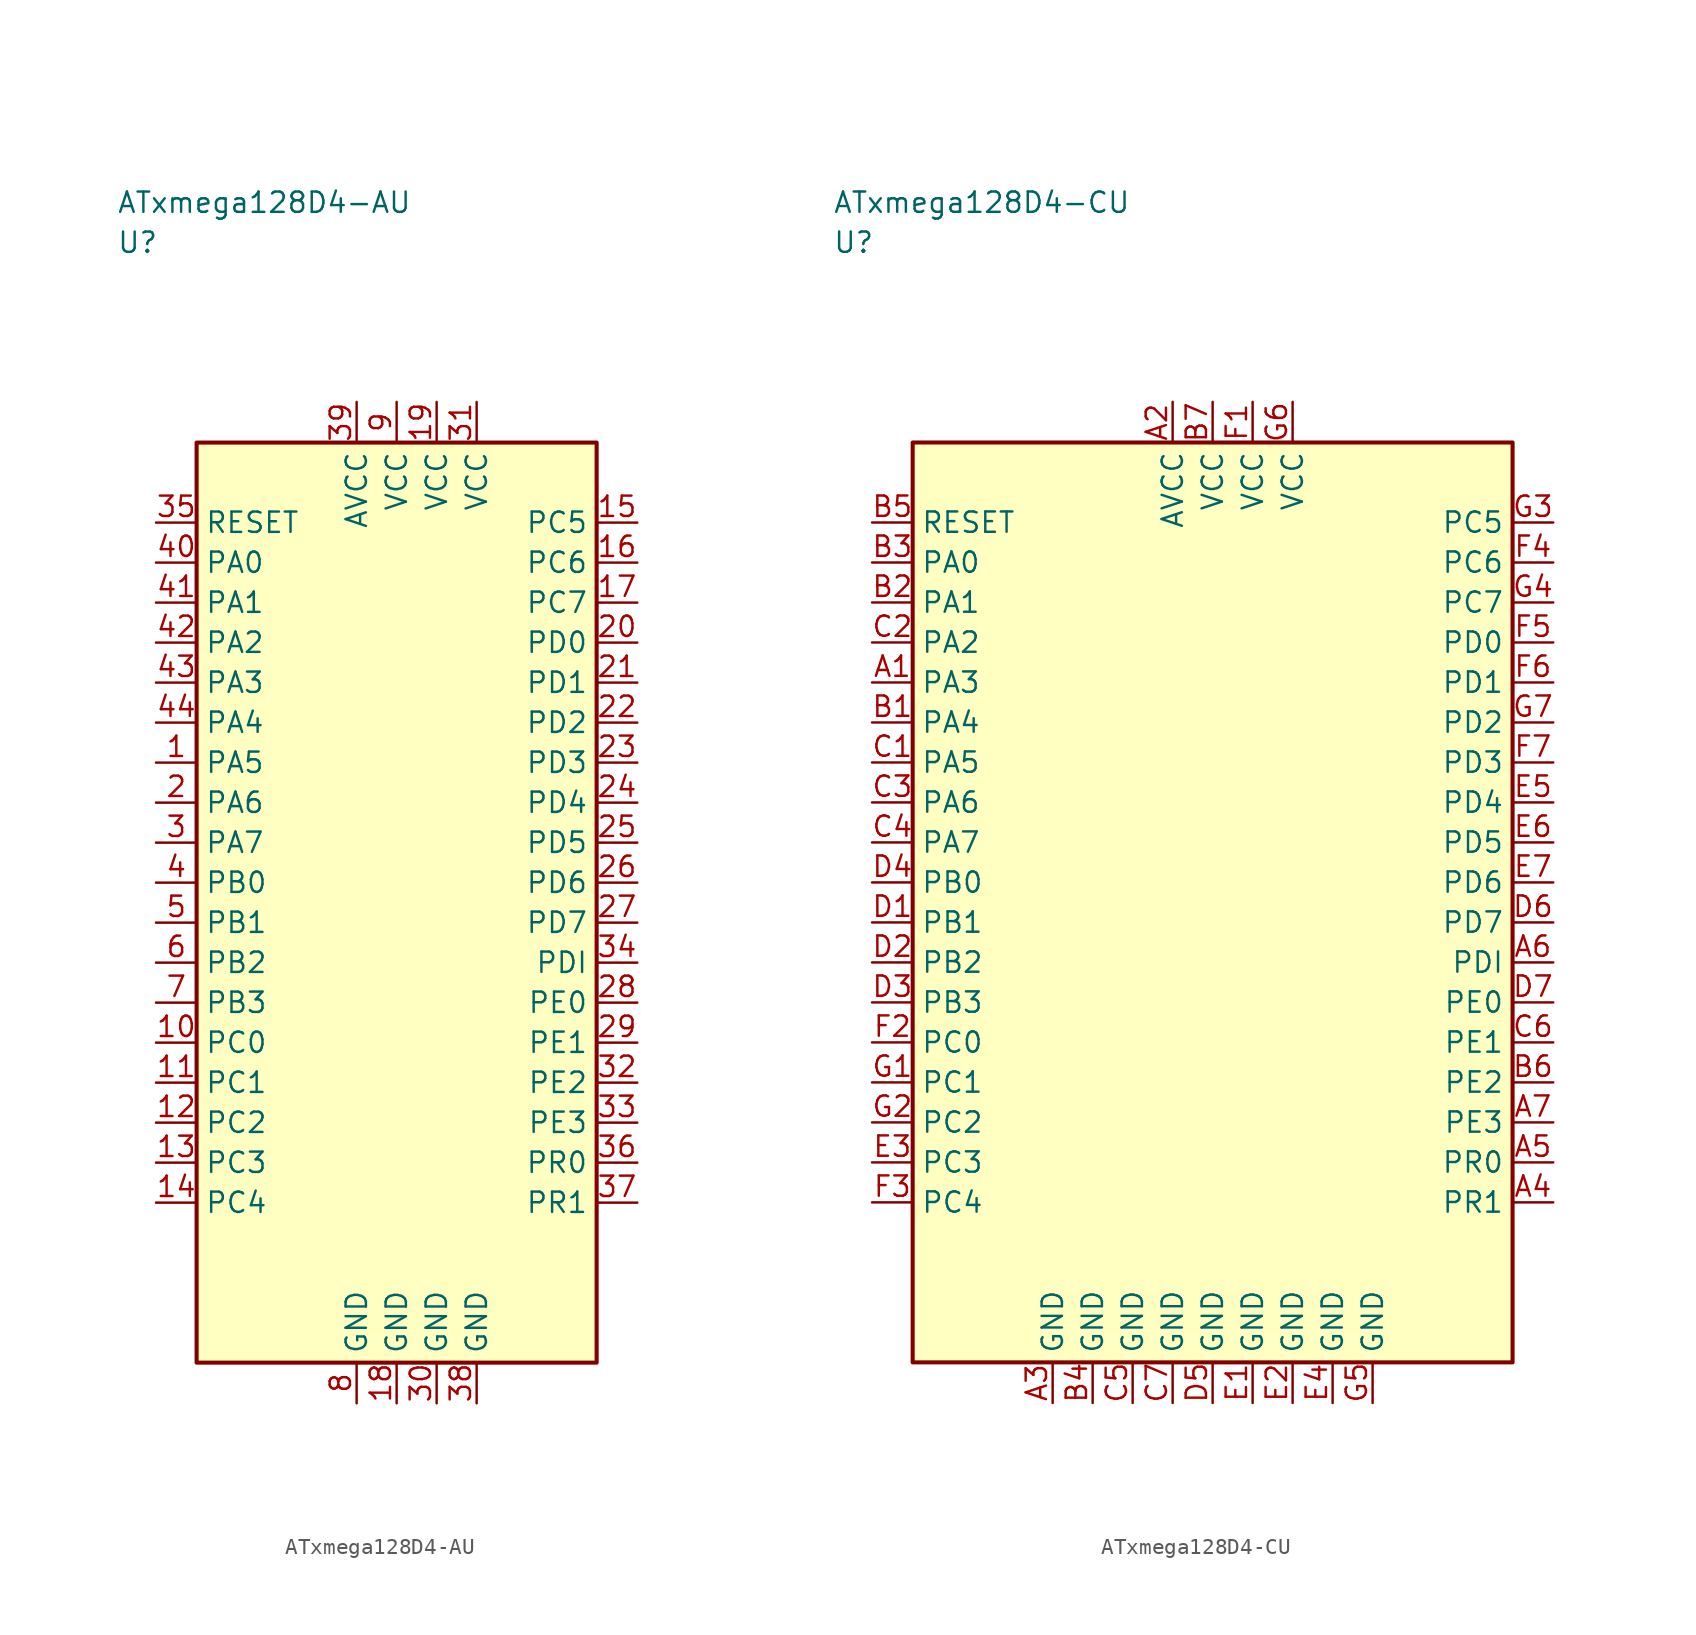
<source format=kicad_sym>
(kicad_symbol_lib
  (version 20241025)
  (generator "kicad_symbol_editor")
  (generator_version "8.0")
  (symbol "ATxmega128D4-AU"
    (property "Reference" "U"
      (at -17.5 41.25 0)
      (effects (font (size 1.27 1.27)) (justify left)))
    (property "Value" "ATxmega128D4-AU"
      (at -17.5 43.75 0)
      (effects (font (size 1.27 1.27)) (justify left)))
    (symbol "ATxmega128D4-AU_0_1"
      (rectangle (start -12.5 28.75) (end 12.5 -28.75) (stroke (width 0.254) (type default)) (fill (type background))))
    (symbol "ATxmega128D4-AU_1_1"
      (pin bidirectional line (at -15.04 8.75 0.0) (length 2.54) (name "PA5" (effects (font (size 1.27 1.27)))) (number "1" (effects (font (size 1.27 1.27)))))
      (pin bidirectional line (at -15.04 6.25 0.0) (length 2.54) (name "PA6" (effects (font (size 1.27 1.27)))) (number "2" (effects (font (size 1.27 1.27)))))
      (pin bidirectional line (at -15.04 3.75 0.0) (length 2.54) (name "PA7" (effects (font (size 1.27 1.27)))) (number "3" (effects (font (size 1.27 1.27)))))
      (pin bidirectional line (at -15.04 1.25 0.0) (length 2.54) (name "PB0" (effects (font (size 1.27 1.27)))) (number "4" (effects (font (size 1.27 1.27)))))
      (pin bidirectional line (at -15.04 -1.25 0.0) (length 2.54) (name "PB1" (effects (font (size 1.27 1.27)))) (number "5" (effects (font (size 1.27 1.27)))))
      (pin bidirectional line (at -15.04 -3.75 0.0) (length 2.54) (name "PB2" (effects (font (size 1.27 1.27)))) (number "6" (effects (font (size 1.27 1.27)))))
      (pin bidirectional line (at -15.04 -6.25 0.0) (length 2.54) (name "PB3" (effects (font (size 1.27 1.27)))) (number "7" (effects (font (size 1.27 1.27)))))
      (pin passive line (at -2.5 -31.29 90.0) (length 2.54) (name "GND" (effects (font (size 1.27 1.27)))) (number "8" (effects (font (size 1.27 1.27)))))
      (pin power_in line (at 0.0 31.29 270.0) (length 2.54) (name "VCC" (effects (font (size 1.27 1.27)))) (number "9" (effects (font (size 1.27 1.27)))))
      (pin bidirectional line (at -15.04 -8.75 0.0) (length 2.54) (name "PC0" (effects (font (size 1.27 1.27)))) (number "10" (effects (font (size 1.27 1.27)))))
      (pin bidirectional line (at -15.04 -11.25 0.0) (length 2.54) (name "PC1" (effects (font (size 1.27 1.27)))) (number "11" (effects (font (size 1.27 1.27)))))
      (pin bidirectional line (at -15.04 -13.75 0.0) (length 2.54) (name "PC2" (effects (font (size 1.27 1.27)))) (number "12" (effects (font (size 1.27 1.27)))))
      (pin bidirectional line (at -15.04 -16.25 0.0) (length 2.54) (name "PC3" (effects (font (size 1.27 1.27)))) (number "13" (effects (font (size 1.27 1.27)))))
      (pin bidirectional line (at -15.04 -18.75 0.0) (length 2.54) (name "PC4" (effects (font (size 1.27 1.27)))) (number "14" (effects (font (size 1.27 1.27)))))
      (pin bidirectional line (at 15.04 23.75 180.0) (length 2.54) (name "PC5" (effects (font (size 1.27 1.27)))) (number "15" (effects (font (size 1.27 1.27)))))
      (pin bidirectional line (at 15.04 21.25 180.0) (length 2.54) (name "PC6" (effects (font (size 1.27 1.27)))) (number "16" (effects (font (size 1.27 1.27)))))
      (pin bidirectional line (at 15.04 18.75 180.0) (length 2.54) (name "PC7" (effects (font (size 1.27 1.27)))) (number "17" (effects (font (size 1.27 1.27)))))
      (pin passive line (at 0.0 -31.29 90.0) (length 2.54) (name "GND" (effects (font (size 1.27 1.27)))) (number "18" (effects (font (size 1.27 1.27)))))
      (pin power_in line (at 2.5 31.29 270.0) (length 2.54) (name "VCC" (effects (font (size 1.27 1.27)))) (number "19" (effects (font (size 1.27 1.27)))))
      (pin bidirectional line (at 15.04 16.25 180.0) (length 2.54) (name "PD0" (effects (font (size 1.27 1.27)))) (number "20" (effects (font (size 1.27 1.27)))))
      (pin bidirectional line (at 15.04 13.75 180.0) (length 2.54) (name "PD1" (effects (font (size 1.27 1.27)))) (number "21" (effects (font (size 1.27 1.27)))))
      (pin bidirectional line (at 15.04 11.25 180.0) (length 2.54) (name "PD2" (effects (font (size 1.27 1.27)))) (number "22" (effects (font (size 1.27 1.27)))))
      (pin bidirectional line (at 15.04 8.75 180.0) (length 2.54) (name "PD3" (effects (font (size 1.27 1.27)))) (number "23" (effects (font (size 1.27 1.27)))))
      (pin bidirectional line (at 15.04 6.25 180.0) (length 2.54) (name "PD4" (effects (font (size 1.27 1.27)))) (number "24" (effects (font (size 1.27 1.27)))))
      (pin bidirectional line (at 15.04 3.75 180.0) (length 2.54) (name "PD5" (effects (font (size 1.27 1.27)))) (number "25" (effects (font (size 1.27 1.27)))))
      (pin bidirectional line (at 15.04 1.25 180.0) (length 2.54) (name "PD6" (effects (font (size 1.27 1.27)))) (number "26" (effects (font (size 1.27 1.27)))))
      (pin bidirectional line (at 15.04 -1.25 180.0) (length 2.54) (name "PD7" (effects (font (size 1.27 1.27)))) (number "27" (effects (font (size 1.27 1.27)))))
      (pin bidirectional line (at 15.04 -6.25 180.0) (length 2.54) (name "PE0" (effects (font (size 1.27 1.27)))) (number "28" (effects (font (size 1.27 1.27)))))
      (pin bidirectional line (at 15.04 -8.75 180.0) (length 2.54) (name "PE1" (effects (font (size 1.27 1.27)))) (number "29" (effects (font (size 1.27 1.27)))))
      (pin passive line (at 2.5 -31.29 90.0) (length 2.54) (name "GND" (effects (font (size 1.27 1.27)))) (number "30" (effects (font (size 1.27 1.27)))))
      (pin power_in line (at 5.0 31.29 270.0) (length 2.54) (name "VCC" (effects (font (size 1.27 1.27)))) (number "31" (effects (font (size 1.27 1.27)))))
      (pin bidirectional line (at 15.04 -11.25 180.0) (length 2.54) (name "PE2" (effects (font (size 1.27 1.27)))) (number "32" (effects (font (size 1.27 1.27)))))
      (pin bidirectional line (at 15.04 -13.75 180.0) (length 2.54) (name "PE3" (effects (font (size 1.27 1.27)))) (number "33" (effects (font (size 1.27 1.27)))))
      (pin bidirectional line (at 15.04 -3.75 180.0) (length 2.54) (name "PDI" (effects (font (size 1.27 1.27)))) (number "34" (effects (font (size 1.27 1.27)))))
      (pin input line (at -15.04 23.75 0.0) (length 2.54) (name "RESET" (effects (font (size 1.27 1.27)))) (number "35" (effects (font (size 1.27 1.27)))))
      (pin bidirectional line (at 15.04 -16.25 180.0) (length 2.54) (name "PR0" (effects (font (size 1.27 1.27)))) (number "36" (effects (font (size 1.27 1.27)))))
      (pin bidirectional line (at 15.04 -18.75 180.0) (length 2.54) (name "PR1" (effects (font (size 1.27 1.27)))) (number "37" (effects (font (size 1.27 1.27)))))
      (pin passive line (at 5.0 -31.29 90.0) (length 2.54) (name "GND" (effects (font (size 1.27 1.27)))) (number "38" (effects (font (size 1.27 1.27)))))
      (pin power_in line (at -2.5 31.29 270.0) (length 2.54) (name "AVCC" (effects (font (size 1.27 1.27)))) (number "39" (effects (font (size 1.27 1.27)))))
      (pin bidirectional line (at -15.04 21.25 0.0) (length 2.54) (name "PA0" (effects (font (size 1.27 1.27)))) (number "40" (effects (font (size 1.27 1.27)))))
      (pin bidirectional line (at -15.04 18.75 0.0) (length 2.54) (name "PA1" (effects (font (size 1.27 1.27)))) (number "41" (effects (font (size 1.27 1.27)))))
      (pin bidirectional line (at -15.04 16.25 0.0) (length 2.54) (name "PA2" (effects (font (size 1.27 1.27)))) (number "42" (effects (font (size 1.27 1.27)))))
      (pin bidirectional line (at -15.04 13.75 0.0) (length 2.54) (name "PA3" (effects (font (size 1.27 1.27)))) (number "43" (effects (font (size 1.27 1.27)))))
      (pin bidirectional line (at -15.04 11.25 0.0) (length 2.54) (name "PA4" (effects (font (size 1.27 1.27)))) (number "44" (effects (font (size 1.27 1.27)))))))
  (symbol "ATxmega128D4-CU"
    (property "Reference" "U"
      (at -23.75 41.25 0)
      (effects (font (size 1.27 1.27)) (justify left)))
    (property "Value" "ATxmega128D4-CU"
      (at -23.75 43.75 0)
      (effects (font (size 1.27 1.27)) (justify left)))
    (symbol "ATxmega128D4-CU_0_1"
      (rectangle (start -18.75 28.75) (end 18.75 -28.75) (stroke (width 0.254) (type default)) (fill (type background))))
    (symbol "ATxmega128D4-CU_1_1"
      (pin bidirectional line (at -21.29 13.75 0.0) (length 2.54) (name "PA3" (effects (font (size 1.27 1.27)))) (number "A1" (effects (font (size 1.27 1.27)))))
      (pin power_in line (at -2.5 31.29 270.0) (length 2.54) (name "AVCC" (effects (font (size 1.27 1.27)))) (number "A2" (effects (font (size 1.27 1.27)))))
      (pin passive line (at -10.0 -31.29 90.0) (length 2.54) (name "GND" (effects (font (size 1.27 1.27)))) (number "A3" (effects (font (size 1.27 1.27)))))
      (pin bidirectional line (at 21.29 -18.75 180.0) (length 2.54) (name "PR1" (effects (font (size 1.27 1.27)))) (number "A4" (effects (font (size 1.27 1.27)))))
      (pin bidirectional line (at 21.29 -16.25 180.0) (length 2.54) (name "PR0" (effects (font (size 1.27 1.27)))) (number "A5" (effects (font (size 1.27 1.27)))))
      (pin bidirectional line (at 21.29 -3.75 180.0) (length 2.54) (name "PDI" (effects (font (size 1.27 1.27)))) (number "A6" (effects (font (size 1.27 1.27)))))
      (pin bidirectional line (at 21.29 -13.75 180.0) (length 2.54) (name "PE3" (effects (font (size 1.27 1.27)))) (number "A7" (effects (font (size 1.27 1.27)))))
      (pin bidirectional line (at -21.29 11.25 0.0) (length 2.54) (name "PA4" (effects (font (size 1.27 1.27)))) (number "B1" (effects (font (size 1.27 1.27)))))
      (pin bidirectional line (at -21.29 18.75 0.0) (length 2.54) (name "PA1" (effects (font (size 1.27 1.27)))) (number "B2" (effects (font (size 1.27 1.27)))))
      (pin bidirectional line (at -21.29 21.25 0.0) (length 2.54) (name "PA0" (effects (font (size 1.27 1.27)))) (number "B3" (effects (font (size 1.27 1.27)))))
      (pin passive line (at -7.5 -31.29 90.0) (length 2.54) (name "GND" (effects (font (size 1.27 1.27)))) (number "B4" (effects (font (size 1.27 1.27)))))
      (pin input line (at -21.29 23.75 0.0) (length 2.54) (name "RESET" (effects (font (size 1.27 1.27)))) (number "B5" (effects (font (size 1.27 1.27)))))
      (pin bidirectional line (at 21.29 -11.25 180.0) (length 2.54) (name "PE2" (effects (font (size 1.27 1.27)))) (number "B6" (effects (font (size 1.27 1.27)))))
      (pin power_in line (at 0.0 31.29 270.0) (length 2.54) (name "VCC" (effects (font (size 1.27 1.27)))) (number "B7" (effects (font (size 1.27 1.27)))))
      (pin bidirectional line (at -21.29 8.75 0.0) (length 2.54) (name "PA5" (effects (font (size 1.27 1.27)))) (number "C1" (effects (font (size 1.27 1.27)))))
      (pin bidirectional line (at -21.29 16.25 0.0) (length 2.54) (name "PA2" (effects (font (size 1.27 1.27)))) (number "C2" (effects (font (size 1.27 1.27)))))
      (pin bidirectional line (at -21.29 6.25 0.0) (length 2.54) (name "PA6" (effects (font (size 1.27 1.27)))) (number "C3" (effects (font (size 1.27 1.27)))))
      (pin bidirectional line (at -21.29 3.75 0.0) (length 2.54) (name "PA7" (effects (font (size 1.27 1.27)))) (number "C4" (effects (font (size 1.27 1.27)))))
      (pin passive line (at -5.0 -31.29 90.0) (length 2.54) (name "GND" (effects (font (size 1.27 1.27)))) (number "C5" (effects (font (size 1.27 1.27)))))
      (pin bidirectional line (at 21.29 -8.75 180.0) (length 2.54) (name "PE1" (effects (font (size 1.27 1.27)))) (number "C6" (effects (font (size 1.27 1.27)))))
      (pin passive line (at -2.5 -31.29 90.0) (length 2.54) (name "GND" (effects (font (size 1.27 1.27)))) (number "C7" (effects (font (size 1.27 1.27)))))
      (pin bidirectional line (at -21.29 -1.25 0.0) (length 2.54) (name "PB1" (effects (font (size 1.27 1.27)))) (number "D1" (effects (font (size 1.27 1.27)))))
      (pin bidirectional line (at -21.29 -3.75 0.0) (length 2.54) (name "PB2" (effects (font (size 1.27 1.27)))) (number "D2" (effects (font (size 1.27 1.27)))))
      (pin bidirectional line (at -21.29 -6.25 0.0) (length 2.54) (name "PB3" (effects (font (size 1.27 1.27)))) (number "D3" (effects (font (size 1.27 1.27)))))
      (pin bidirectional line (at -21.29 1.25 0.0) (length 2.54) (name "PB0" (effects (font (size 1.27 1.27)))) (number "D4" (effects (font (size 1.27 1.27)))))
      (pin passive line (at 0.0 -31.29 90.0) (length 2.54) (name "GND" (effects (font (size 1.27 1.27)))) (number "D5" (effects (font (size 1.27 1.27)))))
      (pin bidirectional line (at 21.29 -1.25 180.0) (length 2.54) (name "PD7" (effects (font (size 1.27 1.27)))) (number "D6" (effects (font (size 1.27 1.27)))))
      (pin bidirectional line (at 21.29 -6.25 180.0) (length 2.54) (name "PE0" (effects (font (size 1.27 1.27)))) (number "D7" (effects (font (size 1.27 1.27)))))
      (pin passive line (at 2.5 -31.29 90.0) (length 2.54) (name "GND" (effects (font (size 1.27 1.27)))) (number "E1" (effects (font (size 1.27 1.27)))))
      (pin passive line (at 5.0 -31.29 90.0) (length 2.54) (name "GND" (effects (font (size 1.27 1.27)))) (number "E2" (effects (font (size 1.27 1.27)))))
      (pin bidirectional line (at -21.29 -16.25 0.0) (length 2.54) (name "PC3" (effects (font (size 1.27 1.27)))) (number "E3" (effects (font (size 1.27 1.27)))))
      (pin passive line (at 7.5 -31.29 90.0) (length 2.54) (name "GND" (effects (font (size 1.27 1.27)))) (number "E4" (effects (font (size 1.27 1.27)))))
      (pin bidirectional line (at 21.29 6.25 180.0) (length 2.54) (name "PD4" (effects (font (size 1.27 1.27)))) (number "E5" (effects (font (size 1.27 1.27)))))
      (pin bidirectional line (at 21.29 3.75 180.0) (length 2.54) (name "PD5" (effects (font (size 1.27 1.27)))) (number "E6" (effects (font (size 1.27 1.27)))))
      (pin bidirectional line (at 21.29 1.25 180.0) (length 2.54) (name "PD6" (effects (font (size 1.27 1.27)))) (number "E7" (effects (font (size 1.27 1.27)))))
      (pin power_in line (at 2.5 31.29 270.0) (length 2.54) (name "VCC" (effects (font (size 1.27 1.27)))) (number "F1" (effects (font (size 1.27 1.27)))))
      (pin bidirectional line (at -21.29 -8.75 0.0) (length 2.54) (name "PC0" (effects (font (size 1.27 1.27)))) (number "F2" (effects (font (size 1.27 1.27)))))
      (pin bidirectional line (at -21.29 -18.75 0.0) (length 2.54) (name "PC4" (effects (font (size 1.27 1.27)))) (number "F3" (effects (font (size 1.27 1.27)))))
      (pin bidirectional line (at 21.29 21.25 180.0) (length 2.54) (name "PC6" (effects (font (size 1.27 1.27)))) (number "F4" (effects (font (size 1.27 1.27)))))
      (pin bidirectional line (at 21.29 16.25 180.0) (length 2.54) (name "PD0" (effects (font (size 1.27 1.27)))) (number "F5" (effects (font (size 1.27 1.27)))))
      (pin bidirectional line (at 21.29 13.75 180.0) (length 2.54) (name "PD1" (effects (font (size 1.27 1.27)))) (number "F6" (effects (font (size 1.27 1.27)))))
      (pin bidirectional line (at 21.29 8.75 180.0) (length 2.54) (name "PD3" (effects (font (size 1.27 1.27)))) (number "F7" (effects (font (size 1.27 1.27)))))
      (pin bidirectional line (at -21.29 -11.25 0.0) (length 2.54) (name "PC1" (effects (font (size 1.27 1.27)))) (number "G1" (effects (font (size 1.27 1.27)))))
      (pin bidirectional line (at -21.29 -13.75 0.0) (length 2.54) (name "PC2" (effects (font (size 1.27 1.27)))) (number "G2" (effects (font (size 1.27 1.27)))))
      (pin bidirectional line (at 21.29 23.75 180.0) (length 2.54) (name "PC5" (effects (font (size 1.27 1.27)))) (number "G3" (effects (font (size 1.27 1.27)))))
      (pin bidirectional line (at 21.29 18.75 180.0) (length 2.54) (name "PC7" (effects (font (size 1.27 1.27)))) (number "G4" (effects (font (size 1.27 1.27)))))
      (pin passive line (at 10.0 -31.29 90.0) (length 2.54) (name "GND" (effects (font (size 1.27 1.27)))) (number "G5" (effects (font (size 1.27 1.27)))))
      (pin power_in line (at 5.0 31.29 270.0) (length 2.54) (name "VCC" (effects (font (size 1.27 1.27)))) (number "G6" (effects (font (size 1.27 1.27)))))
      (pin bidirectional line (at 21.29 11.25 180.0) (length 2.54) (name "PD2" (effects (font (size 1.27 1.27)))) (number "G7" (effects (font (size 1.27 1.27))))))))
</source>
